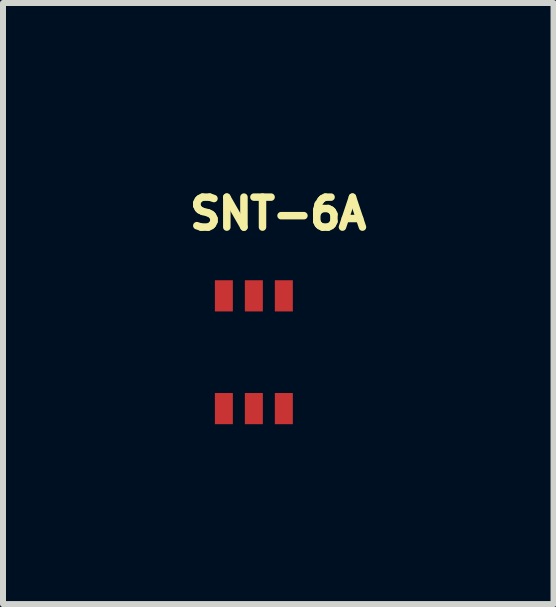
<source format=kicad_pcb>
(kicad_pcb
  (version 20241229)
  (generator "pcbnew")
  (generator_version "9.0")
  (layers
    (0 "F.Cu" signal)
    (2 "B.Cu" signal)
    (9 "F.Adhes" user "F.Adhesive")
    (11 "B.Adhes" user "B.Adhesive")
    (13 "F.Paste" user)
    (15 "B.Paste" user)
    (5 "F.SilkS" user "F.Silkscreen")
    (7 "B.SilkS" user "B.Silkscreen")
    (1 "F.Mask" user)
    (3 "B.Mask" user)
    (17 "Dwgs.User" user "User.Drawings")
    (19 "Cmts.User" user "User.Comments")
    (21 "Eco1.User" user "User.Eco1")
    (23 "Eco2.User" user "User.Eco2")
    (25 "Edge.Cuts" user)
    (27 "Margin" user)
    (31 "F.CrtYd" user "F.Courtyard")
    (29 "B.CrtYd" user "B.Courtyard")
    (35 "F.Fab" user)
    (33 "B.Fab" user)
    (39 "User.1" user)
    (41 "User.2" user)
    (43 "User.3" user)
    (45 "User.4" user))
  (footprint "SNT-6A"
    (layer "F.Cu")
    (at 1.183 2.823)
    (property "Reference" "SNT-6A" (at 0.406 -2.311 0) (layer "F.SilkS") (effects (font (size 0.5 0.5) (thickness 0.125))))
    (attr through_hole)
    (pad "1" smd rect (at -0.5 0.94) (size 0.3 0.52) (layers "F.Cu" "F.Mask" "F.Paste"))
    (pad "2" smd rect (at 0 0.94) (size 0.3 0.52) (layers "F.Cu" "F.Mask" "F.Paste"))
    (pad "3" smd rect (at 0.5 0.94) (size 0.3 0.52) (layers "F.Cu" "F.Mask" "F.Paste"))
    (pad "4" smd rect (at 0.5 -0.94) (size 0.3 0.52) (layers "F.Cu" "F.Mask" "F.Paste"))
    (pad "5" smd rect (at 0 -0.94) (size 0.3 0.52) (layers "F.Cu" "F.Mask" "F.Paste"))
    (pad "6" smd rect (at -0.5 -0.94) (size 0.3 0.52) (layers "F.Cu" "F.Mask" "F.Paste")))
  (gr_rect
    (start -3 -3)
    (end 6.18 7.023)
    (stroke (width 0.1) (type default))
    (fill no)
    (layer "Edge.Cuts")))
</source>
